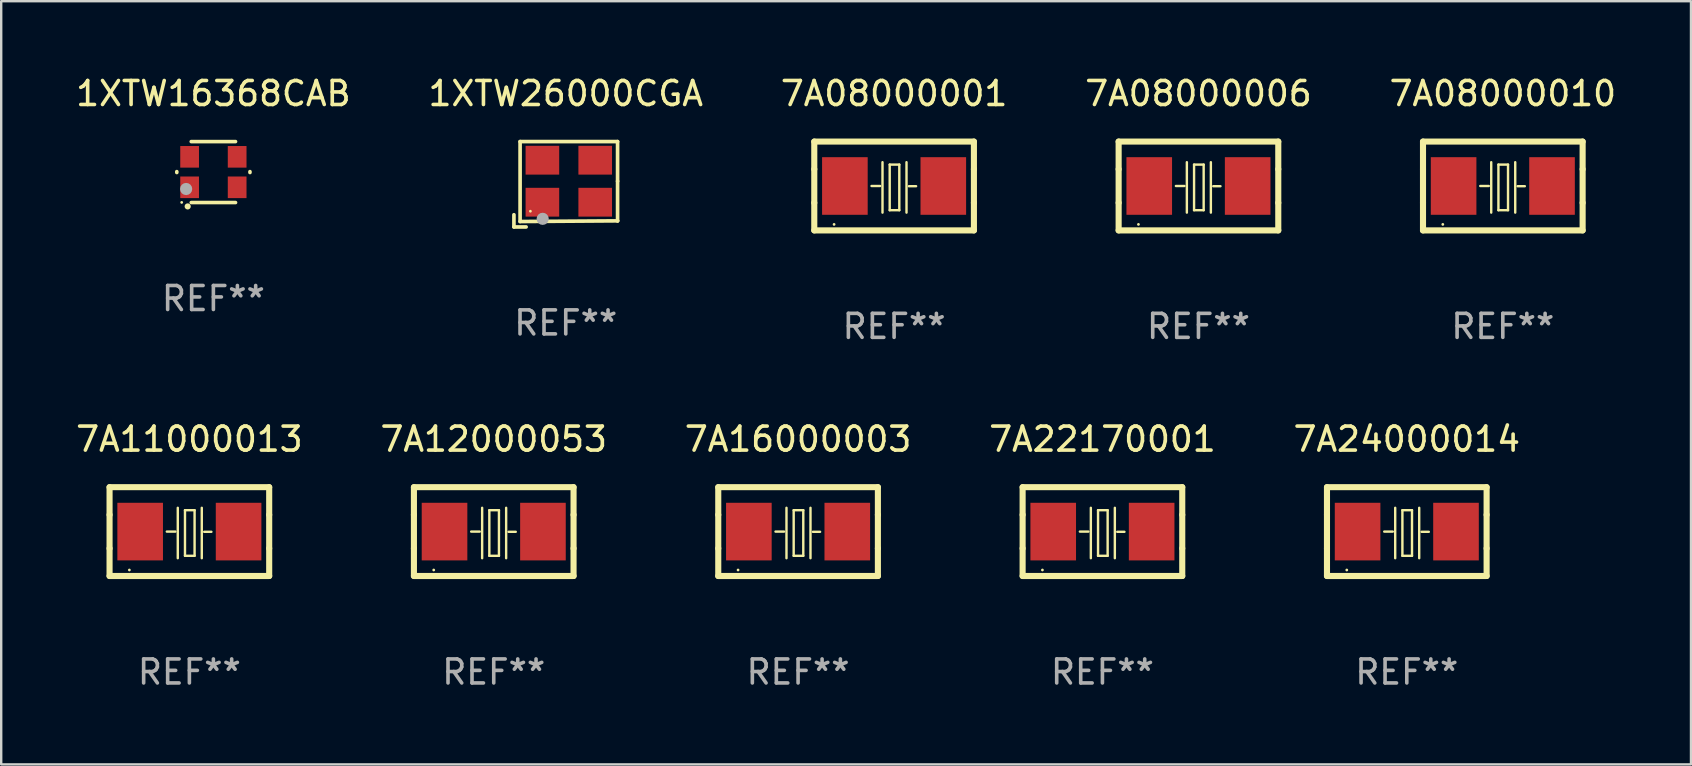
<source format=kicad_pcb>
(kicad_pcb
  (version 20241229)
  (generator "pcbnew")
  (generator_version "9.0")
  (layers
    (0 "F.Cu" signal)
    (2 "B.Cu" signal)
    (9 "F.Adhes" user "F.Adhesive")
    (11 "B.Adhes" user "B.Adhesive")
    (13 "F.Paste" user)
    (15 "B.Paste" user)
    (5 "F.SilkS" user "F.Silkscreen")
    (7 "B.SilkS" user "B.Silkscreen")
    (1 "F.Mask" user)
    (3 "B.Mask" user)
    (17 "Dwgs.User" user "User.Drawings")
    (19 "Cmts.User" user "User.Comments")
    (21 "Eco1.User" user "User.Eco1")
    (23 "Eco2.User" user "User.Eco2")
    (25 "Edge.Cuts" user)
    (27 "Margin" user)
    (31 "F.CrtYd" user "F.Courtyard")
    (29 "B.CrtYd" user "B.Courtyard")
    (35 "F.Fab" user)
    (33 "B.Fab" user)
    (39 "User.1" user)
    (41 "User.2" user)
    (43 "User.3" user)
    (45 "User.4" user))
  (footprint "7A11000013"
    (layer "F.Cu")
    (at 4.839 19.095)
    (property "Reference" "7A11000013" (at 0 -3.85 0) (layer "F.SilkS") (effects (font (size 1 1) (thickness 0.15))))
    (attr through_hole)
    (fp_line (start -3.325 0.7) (end -3.325 -0.7) (stroke (width 0.254) (type solid)) (layer "F.SilkS"))
    (fp_line (start -3.325 -1.85) (end 3.325 -1.85) (stroke (width 0.254) (type solid)) (layer "F.SilkS"))
    (fp_line (start -3.325 -0.7) (end -3.325 -1.85) (stroke (width 0.254) (type solid)) (layer "F.SilkS"))
    (fp_line (start -3.325 1.85) (end -3.325 0.7) (stroke (width 0.254) (type solid)) (layer "F.SilkS"))
    (fp_line (start -0.94 -0.000127) (end -0.584 -0.000127) (stroke (width 0.1) (type solid)) (layer "F.SilkS"))
    (fp_line (start -0.483 -0.991) (end -0.483 1.109) (stroke (width 0.1) (type solid)) (layer "F.SilkS"))
    (fp_line (start -0.183 -0.891) (end -0.183 1.009) (stroke (width 0.1) (type solid)) (layer "F.SilkS"))
    (fp_line (start -0.183 1.009) (end 0.217 1.009) (stroke (width 0.1) (type solid)) (layer "F.SilkS"))
    (fp_line (start 0.217 -0.891) (end -0.183 -0.891) (stroke (width 0.1) (type solid)) (layer "F.SilkS"))
    (fp_line (start 0.217 1.009) (end 0.217 -0.891) (stroke (width 0.1) (type solid)) (layer "F.SilkS"))
    (fp_line (start 0.517 -0.991) (end 0.517 1.109) (stroke (width 0.1) (type solid)) (layer "F.SilkS"))
    (fp_line (start 0.617 0.009) (end 0.917 0.009) (stroke (width 0.1) (type solid)) (layer "F.SilkS"))
    (fp_line (start 3.325 -1.85) (end 3.325 -0.7) (stroke (width 0.254) (type solid)) (layer "F.SilkS"))
    (fp_line (start 3.325 0.7) (end 3.325 1.85) (stroke (width 0.254) (type solid)) (layer "F.SilkS"))
    (fp_line (start 3.325 1.85) (end -3.325 1.85) (stroke (width 0.254) (type solid)) (layer "F.SilkS"))
    (fp_line (start 3.325 -0.7) (end 3.325 0.7) (stroke (width 0.254) (type solid)) (layer "F.SilkS"))
    (fp_circle (center -2.5 1.6) (end -2.47 1.6) (stroke (width 0.06) (type solid)) (fill no) (layer "F.SilkS"))
    (fp_text user "REF**" (at 0 5.85 0) (layer "F.Fab") (effects (font (size 1 1) (thickness 0.15))))
    (pad "1" smd rect (at -2.05 -0.000127) (size 1.9 2.4) (layers "F.Cu" "F.Mask" "F.Paste"))
    (pad "2" smd rect (at 2.05 -0.000127) (size 1.9 2.4) (layers "F.Cu" "F.Mask" "F.Paste")))
  (footprint "1XTW26000CGA"
    (layer "F.Cu")
    (at 20.518 4.626)
    (property "Reference" "1XTW26000CGA" (at 0 -3.778 0) (layer "F.SilkS") (effects (font (size 1 1) (thickness 0.15))))
    (attr through_hole)
    (fp_line (start -2.159 1.27) (end -2.159 1.778) (stroke (width 0.152) (type solid)) (layer "F.SilkS"))
    (fp_line (start -2.159 1.778) (end -1.651 1.778) (stroke (width 0.152) (type solid)) (layer "F.SilkS"))
    (fp_line (start -1.902 -1.778) (end 2.159 -1.778) (stroke (width 0.152) (type solid)) (layer "F.SilkS"))
    (fp_line (start -1.902 1.552) (end -1.902 -1.778) (stroke (width 0.152) (type solid)) (layer "F.SilkS"))
    (fp_line (start 2.159 -1.778) (end 2.159 -0.127) (stroke (width 0.152) (type solid)) (layer "F.SilkS"))
    (fp_line (start 2.159 -0.127) (end 2.159 1.524) (stroke (width 0.152) (type solid)) (layer "F.SilkS"))
    (fp_line (start 2.159 1.524) (end -1.902 1.552) (stroke (width 0.152) (type solid)) (layer "F.SilkS"))
    (fp_line (start 2.159 1.524) (end 2.159 1.524) (stroke (width 0.152) (type solid)) (layer "F.SilkS"))
    (fp_circle (center -1.473 1.123) (end -1.443 1.123) (stroke (width 0.06) (type solid)) (fill no) (layer "F.SilkS"))
    (fp_circle (center -0.961 1.44) (end -0.834 1.44) (stroke (width 0.254) (type solid)) (fill no) (layer "F.Fab"))
    (fp_text user "REF**" (at 0 5.778 0) (layer "F.Fab") (effects (font (size 1 1) (thickness 0.15))))
    (pad "1" smd rect (at -0.973 0.748) (size 1.4 1.2) (layers "F.Cu" "F.Mask" "F.Paste"))
    (pad "2" smd rect (at 1.227 0.748) (size 1.4 1.2) (layers "F.Cu" "F.Mask" "F.Paste"))
    (pad "3" smd rect (at 1.227 -1.002) (size 1.4 1.2) (layers "F.Cu" "F.Mask" "F.Paste"))
    (pad "4" smd rect (at -0.973 -1.002) (size 1.4 1.2) (layers "F.Cu" "F.Mask" "F.Paste")))
  (footprint "1XTW16368CAB"
    (layer "F.Cu")
    (at 5.839 4.118)
    (property "Reference" "1XTW16368CAB" (at 0 -3.27 0) (layer "F.SilkS") (effects (font (size 1 1) (thickness 0.15))))
    (attr through_hole)
    (fp_line (start -1.524 0.019) (end -1.524 -0.019) (stroke (width 0.15) (type solid)) (layer "F.SilkS"))
    (fp_line (start -0.923 -1.27) (end 0.923 -1.27) (stroke (width 0.15) (type solid)) (layer "F.SilkS"))
    (fp_line (start 0.923 1.27) (end -0.923 1.27) (stroke (width 0.15) (type solid)) (layer "F.SilkS"))
    (fp_line (start 1.524 -0.019) (end 1.524 0.019) (stroke (width 0.15) (type solid)) (layer "F.SilkS"))
    (fp_arc (start -1.071273 1.430861) (mid -1.070206 1.430857) (end -1.069139 1.430861) (stroke (width 0.254001) (type solid)) (layer "F.SilkS"))
    (fp_circle (center -1.32 1.264) (end -1.29 1.264) (stroke (width 0.06) (type solid)) (fill no) (layer "F.SilkS"))
    (fp_circle (center -1.135 0.705) (end -1.008 0.705) (stroke (width 0.254) (type solid)) (fill no) (layer "F.Fab"))
    (fp_text user "REF**" (at 0 5.27 0) (layer "F.Fab") (effects (font (size 1 1) (thickness 0.15))))
    (pad "1" smd rect (at -0.99 0.635) (size 0.78 0.9) (layers "F.Cu" "F.Mask" "F.Paste"))
    (pad "2" smd rect (at 0.99 0.635) (size 0.78 0.9) (layers "F.Cu" "F.Mask" "F.Paste"))
    (pad "3" smd rect (at 0.99 -0.635) (size 0.78 0.9) (layers "F.Cu" "F.Mask" "F.Paste"))
    (pad "4" smd rect (at -0.99 -0.635) (size 0.78 0.9) (layers "F.Cu" "F.Mask" "F.Paste")))
  (footprint "7A12000053"
    (layer "F.Cu")
    (at 17.518 19.095)
    (property "Reference" "7A12000053" (at 0 -3.85 0) (layer "F.SilkS") (effects (font (size 1 1) (thickness 0.15))))
    (attr through_hole)
    (fp_line (start -3.325 0.7) (end -3.325 -0.7) (stroke (width 0.254) (type solid)) (layer "F.SilkS"))
    (fp_line (start -3.325 -1.85) (end 3.325 -1.85) (stroke (width 0.254) (type solid)) (layer "F.SilkS"))
    (fp_line (start -3.325 -0.7) (end -3.325 -1.85) (stroke (width 0.254) (type solid)) (layer "F.SilkS"))
    (fp_line (start -3.325 1.85) (end -3.325 0.7) (stroke (width 0.254) (type solid)) (layer "F.SilkS"))
    (fp_line (start -0.94 -0.000127) (end -0.584 -0.000127) (stroke (width 0.1) (type solid)) (layer "F.SilkS"))
    (fp_line (start -0.483 -0.991) (end -0.483 1.109) (stroke (width 0.1) (type solid)) (layer "F.SilkS"))
    (fp_line (start -0.183 -0.891) (end -0.183 1.009) (stroke (width 0.1) (type solid)) (layer "F.SilkS"))
    (fp_line (start -0.183 1.009) (end 0.217 1.009) (stroke (width 0.1) (type solid)) (layer "F.SilkS"))
    (fp_line (start 0.217 -0.891) (end -0.183 -0.891) (stroke (width 0.1) (type solid)) (layer "F.SilkS"))
    (fp_line (start 0.217 1.009) (end 0.217 -0.891) (stroke (width 0.1) (type solid)) (layer "F.SilkS"))
    (fp_line (start 0.517 -0.991) (end 0.517 1.109) (stroke (width 0.1) (type solid)) (layer "F.SilkS"))
    (fp_line (start 0.617 0.009) (end 0.917 0.009) (stroke (width 0.1) (type solid)) (layer "F.SilkS"))
    (fp_line (start 3.325 -1.85) (end 3.325 -0.7) (stroke (width 0.254) (type solid)) (layer "F.SilkS"))
    (fp_line (start 3.325 0.7) (end 3.325 1.85) (stroke (width 0.254) (type solid)) (layer "F.SilkS"))
    (fp_line (start 3.325 1.85) (end -3.325 1.85) (stroke (width 0.254) (type solid)) (layer "F.SilkS"))
    (fp_line (start 3.325 -0.7) (end 3.325 0.7) (stroke (width 0.254) (type solid)) (layer "F.SilkS"))
    (fp_circle (center -2.5 1.6) (end -2.47 1.6) (stroke (width 0.06) (type solid)) (fill no) (layer "F.SilkS"))
    (fp_text user "REF**" (at 0 5.85 0) (layer "F.Fab") (effects (font (size 1 1) (thickness 0.15))))
    (pad "1" smd rect (at -2.05 -0.000127) (size 1.9 2.4) (layers "F.Cu" "F.Mask" "F.Paste"))
    (pad "2" smd rect (at 2.05 -0.000127) (size 1.9 2.4) (layers "F.Cu" "F.Mask" "F.Paste")))
  (footprint "7A16000003"
    (layer "F.Cu")
    (at 30.196 19.095)
    (property "Reference" "7A16000003" (at 0 -3.85 0) (layer "F.SilkS") (effects (font (size 1 1) (thickness 0.15))))
    (attr through_hole)
    (fp_line (start -3.325 0.7) (end -3.325 -0.7) (stroke (width 0.254) (type solid)) (layer "F.SilkS"))
    (fp_line (start -3.325 -1.85) (end 3.325 -1.85) (stroke (width 0.254) (type solid)) (layer "F.SilkS"))
    (fp_line (start -3.325 -0.7) (end -3.325 -1.85) (stroke (width 0.254) (type solid)) (layer "F.SilkS"))
    (fp_line (start -3.325 1.85) (end -3.325 0.7) (stroke (width 0.254) (type solid)) (layer "F.SilkS"))
    (fp_line (start -0.94 -0.000127) (end -0.584 -0.000127) (stroke (width 0.1) (type solid)) (layer "F.SilkS"))
    (fp_line (start -0.483 -0.991) (end -0.483 1.109) (stroke (width 0.1) (type solid)) (layer "F.SilkS"))
    (fp_line (start -0.183 -0.891) (end -0.183 1.009) (stroke (width 0.1) (type solid)) (layer "F.SilkS"))
    (fp_line (start -0.183 1.009) (end 0.217 1.009) (stroke (width 0.1) (type solid)) (layer "F.SilkS"))
    (fp_line (start 0.217 -0.891) (end -0.183 -0.891) (stroke (width 0.1) (type solid)) (layer "F.SilkS"))
    (fp_line (start 0.217 1.009) (end 0.217 -0.891) (stroke (width 0.1) (type solid)) (layer "F.SilkS"))
    (fp_line (start 0.517 -0.991) (end 0.517 1.109) (stroke (width 0.1) (type solid)) (layer "F.SilkS"))
    (fp_line (start 0.617 0.009) (end 0.917 0.009) (stroke (width 0.1) (type solid)) (layer "F.SilkS"))
    (fp_line (start 3.325 -1.85) (end 3.325 -0.7) (stroke (width 0.254) (type solid)) (layer "F.SilkS"))
    (fp_line (start 3.325 0.7) (end 3.325 1.85) (stroke (width 0.254) (type solid)) (layer "F.SilkS"))
    (fp_line (start 3.325 1.85) (end -3.325 1.85) (stroke (width 0.254) (type solid)) (layer "F.SilkS"))
    (fp_line (start 3.325 -0.7) (end 3.325 0.7) (stroke (width 0.254) (type solid)) (layer "F.SilkS"))
    (fp_circle (center -2.5 1.6) (end -2.47 1.6) (stroke (width 0.06) (type solid)) (fill no) (layer "F.SilkS"))
    (fp_text user "REF**" (at 0 5.85 0) (layer "F.Fab") (effects (font (size 1 1) (thickness 0.15))))
    (pad "1" smd rect (at -2.05 -0.000127) (size 1.9 2.4) (layers "F.Cu" "F.Mask" "F.Paste"))
    (pad "2" smd rect (at 2.05 -0.000127) (size 1.9 2.4) (layers "F.Cu" "F.Mask" "F.Paste")))
  (footprint "7A08000010"
    (layer "F.Cu")
    (at 59.554 4.698)
    (property "Reference" "7A08000010" (at 0 -3.85 0) (layer "F.SilkS") (effects (font (size 1 1) (thickness 0.15))))
    (attr through_hole)
    (fp_line (start -3.325 0.7) (end -3.325 -0.7) (stroke (width 0.254) (type solid)) (layer "F.SilkS"))
    (fp_line (start -3.325 -1.85) (end 3.325 -1.85) (stroke (width 0.254) (type solid)) (layer "F.SilkS"))
    (fp_line (start -3.325 -0.7) (end -3.325 -1.85) (stroke (width 0.254) (type solid)) (layer "F.SilkS"))
    (fp_line (start -3.325 1.85) (end -3.325 0.7) (stroke (width 0.254) (type solid)) (layer "F.SilkS"))
    (fp_line (start -0.94 -0.000127) (end -0.584 -0.000127) (stroke (width 0.1) (type solid)) (layer "F.SilkS"))
    (fp_line (start -0.483 -0.991) (end -0.483 1.109) (stroke (width 0.1) (type solid)) (layer "F.SilkS"))
    (fp_line (start -0.183 -0.891) (end -0.183 1.009) (stroke (width 0.1) (type solid)) (layer "F.SilkS"))
    (fp_line (start -0.183 1.009) (end 0.217 1.009) (stroke (width 0.1) (type solid)) (layer "F.SilkS"))
    (fp_line (start 0.217 -0.891) (end -0.183 -0.891) (stroke (width 0.1) (type solid)) (layer "F.SilkS"))
    (fp_line (start 0.217 1.009) (end 0.217 -0.891) (stroke (width 0.1) (type solid)) (layer "F.SilkS"))
    (fp_line (start 0.517 -0.991) (end 0.517 1.109) (stroke (width 0.1) (type solid)) (layer "F.SilkS"))
    (fp_line (start 0.617 0.009) (end 0.917 0.009) (stroke (width 0.1) (type solid)) (layer "F.SilkS"))
    (fp_line (start 3.325 -1.85) (end 3.325 -0.7) (stroke (width 0.254) (type solid)) (layer "F.SilkS"))
    (fp_line (start 3.325 0.7) (end 3.325 1.85) (stroke (width 0.254) (type solid)) (layer "F.SilkS"))
    (fp_line (start 3.325 1.85) (end -3.325 1.85) (stroke (width 0.254) (type solid)) (layer "F.SilkS"))
    (fp_line (start 3.325 -0.7) (end 3.325 0.7) (stroke (width 0.254) (type solid)) (layer "F.SilkS"))
    (fp_circle (center -2.5 1.6) (end -2.47 1.6) (stroke (width 0.06) (type solid)) (fill no) (layer "F.SilkS"))
    (fp_text user "REF**" (at 0 5.85 0) (layer "F.Fab") (effects (font (size 1 1) (thickness 0.15))))
    (pad "1" smd rect (at -2.05 -0.000127) (size 1.9 2.4) (layers "F.Cu" "F.Mask" "F.Paste"))
    (pad "2" smd rect (at 2.05 -0.000127) (size 1.9 2.4) (layers "F.Cu" "F.Mask" "F.Paste")))
  (footprint "7A22170001"
    (layer "F.Cu")
    (at 42.875 19.095)
    (property "Reference" "7A22170001" (at 0 -3.85 0) (layer "F.SilkS") (effects (font (size 1 1) (thickness 0.15))))
    (attr through_hole)
    (fp_line (start -3.325 0.7) (end -3.325 -0.7) (stroke (width 0.254) (type solid)) (layer "F.SilkS"))
    (fp_line (start -3.325 -1.85) (end 3.325 -1.85) (stroke (width 0.254) (type solid)) (layer "F.SilkS"))
    (fp_line (start -3.325 -0.7) (end -3.325 -1.85) (stroke (width 0.254) (type solid)) (layer "F.SilkS"))
    (fp_line (start -3.325 1.85) (end -3.325 0.7) (stroke (width 0.254) (type solid)) (layer "F.SilkS"))
    (fp_line (start -0.94 -0.000127) (end -0.584 -0.000127) (stroke (width 0.1) (type solid)) (layer "F.SilkS"))
    (fp_line (start -0.483 -0.991) (end -0.483 1.109) (stroke (width 0.1) (type solid)) (layer "F.SilkS"))
    (fp_line (start -0.183 -0.891) (end -0.183 1.009) (stroke (width 0.1) (type solid)) (layer "F.SilkS"))
    (fp_line (start -0.183 1.009) (end 0.217 1.009) (stroke (width 0.1) (type solid)) (layer "F.SilkS"))
    (fp_line (start 0.217 -0.891) (end -0.183 -0.891) (stroke (width 0.1) (type solid)) (layer "F.SilkS"))
    (fp_line (start 0.217 1.009) (end 0.217 -0.891) (stroke (width 0.1) (type solid)) (layer "F.SilkS"))
    (fp_line (start 0.517 -0.991) (end 0.517 1.109) (stroke (width 0.1) (type solid)) (layer "F.SilkS"))
    (fp_line (start 0.617 0.009) (end 0.917 0.009) (stroke (width 0.1) (type solid)) (layer "F.SilkS"))
    (fp_line (start 3.325 -1.85) (end 3.325 -0.7) (stroke (width 0.254) (type solid)) (layer "F.SilkS"))
    (fp_line (start 3.325 0.7) (end 3.325 1.85) (stroke (width 0.254) (type solid)) (layer "F.SilkS"))
    (fp_line (start 3.325 1.85) (end -3.325 1.85) (stroke (width 0.254) (type solid)) (layer "F.SilkS"))
    (fp_line (start 3.325 -0.7) (end 3.325 0.7) (stroke (width 0.254) (type solid)) (layer "F.SilkS"))
    (fp_circle (center -2.5 1.6) (end -2.47 1.6) (stroke (width 0.06) (type solid)) (fill no) (layer "F.SilkS"))
    (fp_text user "REF**" (at 0 5.85 0) (layer "F.Fab") (effects (font (size 1 1) (thickness 0.15))))
    (pad "1" smd rect (at -2.05 -0.000127) (size 1.9 2.4) (layers "F.Cu" "F.Mask" "F.Paste"))
    (pad "2" smd rect (at 2.05 -0.000127) (size 1.9 2.4) (layers "F.Cu" "F.Mask" "F.Paste")))
  (footprint "7A24000014"
    (layer "F.Cu")
    (at 55.554 19.095)
    (property "Reference" "7A24000014" (at 0 -3.85 0) (layer "F.SilkS") (effects (font (size 1 1) (thickness 0.15))))
    (attr through_hole)
    (fp_line (start -3.325 0.7) (end -3.325 -0.7) (stroke (width 0.254) (type solid)) (layer "F.SilkS"))
    (fp_line (start -3.325 -1.85) (end 3.325 -1.85) (stroke (width 0.254) (type solid)) (layer "F.SilkS"))
    (fp_line (start -3.325 -0.7) (end -3.325 -1.85) (stroke (width 0.254) (type solid)) (layer "F.SilkS"))
    (fp_line (start -3.325 1.85) (end -3.325 0.7) (stroke (width 0.254) (type solid)) (layer "F.SilkS"))
    (fp_line (start -0.94 -0.000127) (end -0.584 -0.000127) (stroke (width 0.1) (type solid)) (layer "F.SilkS"))
    (fp_line (start -0.483 -0.991) (end -0.483 1.109) (stroke (width 0.1) (type solid)) (layer "F.SilkS"))
    (fp_line (start -0.183 -0.891) (end -0.183 1.009) (stroke (width 0.1) (type solid)) (layer "F.SilkS"))
    (fp_line (start -0.183 1.009) (end 0.217 1.009) (stroke (width 0.1) (type solid)) (layer "F.SilkS"))
    (fp_line (start 0.217 -0.891) (end -0.183 -0.891) (stroke (width 0.1) (type solid)) (layer "F.SilkS"))
    (fp_line (start 0.217 1.009) (end 0.217 -0.891) (stroke (width 0.1) (type solid)) (layer "F.SilkS"))
    (fp_line (start 0.517 -0.991) (end 0.517 1.109) (stroke (width 0.1) (type solid)) (layer "F.SilkS"))
    (fp_line (start 0.617 0.009) (end 0.917 0.009) (stroke (width 0.1) (type solid)) (layer "F.SilkS"))
    (fp_line (start 3.325 -1.85) (end 3.325 -0.7) (stroke (width 0.254) (type solid)) (layer "F.SilkS"))
    (fp_line (start 3.325 0.7) (end 3.325 1.85) (stroke (width 0.254) (type solid)) (layer "F.SilkS"))
    (fp_line (start 3.325 1.85) (end -3.325 1.85) (stroke (width 0.254) (type solid)) (layer "F.SilkS"))
    (fp_line (start 3.325 -0.7) (end 3.325 0.7) (stroke (width 0.254) (type solid)) (layer "F.SilkS"))
    (fp_circle (center -2.5 1.6) (end -2.47 1.6) (stroke (width 0.06) (type solid)) (fill no) (layer "F.SilkS"))
    (fp_text user "REF**" (at 0 5.85 0) (layer "F.Fab") (effects (font (size 1 1) (thickness 0.15))))
    (pad "1" smd rect (at -2.05 -0.000127) (size 1.9 2.4) (layers "F.Cu" "F.Mask" "F.Paste"))
    (pad "2" smd rect (at 2.05 -0.000127) (size 1.9 2.4) (layers "F.Cu" "F.Mask" "F.Paste")))
  (footprint "7A08000006"
    (layer "F.Cu")
    (at 46.875 4.698)
    (property "Reference" "7A08000006" (at 0 -3.85 0) (layer "F.SilkS") (effects (font (size 1 1) (thickness 0.15))))
    (attr through_hole)
    (fp_line (start -3.325 0.7) (end -3.325 -0.7) (stroke (width 0.254) (type solid)) (layer "F.SilkS"))
    (fp_line (start -3.325 -1.85) (end 3.325 -1.85) (stroke (width 0.254) (type solid)) (layer "F.SilkS"))
    (fp_line (start -3.325 -0.7) (end -3.325 -1.85) (stroke (width 0.254) (type solid)) (layer "F.SilkS"))
    (fp_line (start -3.325 1.85) (end -3.325 0.7) (stroke (width 0.254) (type solid)) (layer "F.SilkS"))
    (fp_line (start -0.94 -0.000127) (end -0.584 -0.000127) (stroke (width 0.1) (type solid)) (layer "F.SilkS"))
    (fp_line (start -0.483 -0.991) (end -0.483 1.109) (stroke (width 0.1) (type solid)) (layer "F.SilkS"))
    (fp_line (start -0.183 -0.891) (end -0.183 1.009) (stroke (width 0.1) (type solid)) (layer "F.SilkS"))
    (fp_line (start -0.183 1.009) (end 0.217 1.009) (stroke (width 0.1) (type solid)) (layer "F.SilkS"))
    (fp_line (start 0.217 -0.891) (end -0.183 -0.891) (stroke (width 0.1) (type solid)) (layer "F.SilkS"))
    (fp_line (start 0.217 1.009) (end 0.217 -0.891) (stroke (width 0.1) (type solid)) (layer "F.SilkS"))
    (fp_line (start 0.517 -0.991) (end 0.517 1.109) (stroke (width 0.1) (type solid)) (layer "F.SilkS"))
    (fp_line (start 0.617 0.009) (end 0.917 0.009) (stroke (width 0.1) (type solid)) (layer "F.SilkS"))
    (fp_line (start 3.325 -1.85) (end 3.325 -0.7) (stroke (width 0.254) (type solid)) (layer "F.SilkS"))
    (fp_line (start 3.325 0.7) (end 3.325 1.85) (stroke (width 0.254) (type solid)) (layer "F.SilkS"))
    (fp_line (start 3.325 1.85) (end -3.325 1.85) (stroke (width 0.254) (type solid)) (layer "F.SilkS"))
    (fp_line (start 3.325 -0.7) (end 3.325 0.7) (stroke (width 0.254) (type solid)) (layer "F.SilkS"))
    (fp_circle (center -2.5 1.6) (end -2.47 1.6) (stroke (width 0.06) (type solid)) (fill no) (layer "F.SilkS"))
    (fp_text user "REF**" (at 0 5.85 0) (layer "F.Fab") (effects (font (size 1 1) (thickness 0.15))))
    (pad "1" smd rect (at -2.05 -0.000127) (size 1.9 2.4) (layers "F.Cu" "F.Mask" "F.Paste"))
    (pad "2" smd rect (at 2.05 -0.000127) (size 1.9 2.4) (layers "F.Cu" "F.Mask" "F.Paste")))
  (footprint "7A08000001"
    (layer "F.Cu")
    (at 34.196 4.698)
    (property "Reference" "7A08000001" (at 0 -3.85 0) (layer "F.SilkS") (effects (font (size 1 1) (thickness 0.15))))
    (attr through_hole)
    (fp_line (start -3.325 0.7) (end -3.325 -0.7) (stroke (width 0.254) (type solid)) (layer "F.SilkS"))
    (fp_line (start -3.325 -1.85) (end 3.325 -1.85) (stroke (width 0.254) (type solid)) (layer "F.SilkS"))
    (fp_line (start -3.325 -0.7) (end -3.325 -1.85) (stroke (width 0.254) (type solid)) (layer "F.SilkS"))
    (fp_line (start -3.325 1.85) (end -3.325 0.7) (stroke (width 0.254) (type solid)) (layer "F.SilkS"))
    (fp_line (start -0.94 -0.000127) (end -0.584 -0.000127) (stroke (width 0.1) (type solid)) (layer "F.SilkS"))
    (fp_line (start -0.483 -0.991) (end -0.483 1.109) (stroke (width 0.1) (type solid)) (layer "F.SilkS"))
    (fp_line (start -0.183 -0.891) (end -0.183 1.009) (stroke (width 0.1) (type solid)) (layer "F.SilkS"))
    (fp_line (start -0.183 1.009) (end 0.217 1.009) (stroke (width 0.1) (type solid)) (layer "F.SilkS"))
    (fp_line (start 0.217 -0.891) (end -0.183 -0.891) (stroke (width 0.1) (type solid)) (layer "F.SilkS"))
    (fp_line (start 0.217 1.009) (end 0.217 -0.891) (stroke (width 0.1) (type solid)) (layer "F.SilkS"))
    (fp_line (start 0.517 -0.991) (end 0.517 1.109) (stroke (width 0.1) (type solid)) (layer "F.SilkS"))
    (fp_line (start 0.617 0.009) (end 0.917 0.009) (stroke (width 0.1) (type solid)) (layer "F.SilkS"))
    (fp_line (start 3.325 -1.85) (end 3.325 -0.7) (stroke (width 0.254) (type solid)) (layer "F.SilkS"))
    (fp_line (start 3.325 0.7) (end 3.325 1.85) (stroke (width 0.254) (type solid)) (layer "F.SilkS"))
    (fp_line (start 3.325 1.85) (end -3.325 1.85) (stroke (width 0.254) (type solid)) (layer "F.SilkS"))
    (fp_line (start 3.325 -0.7) (end 3.325 0.7) (stroke (width 0.254) (type solid)) (layer "F.SilkS"))
    (fp_circle (center -2.5 1.6) (end -2.47 1.6) (stroke (width 0.06) (type solid)) (fill no) (layer "F.SilkS"))
    (fp_text user "REF**" (at 0 5.85 0) (layer "F.Fab") (effects (font (size 1 1) (thickness 0.15))))
    (pad "1" smd rect (at -2.05 -0.000127) (size 1.9 2.4) (layers "F.Cu" "F.Mask" "F.Paste"))
    (pad "2" smd rect (at 2.05 -0.000127) (size 1.9 2.4) (layers "F.Cu" "F.Mask" "F.Paste")))
  (gr_rect
    (start -3 -3)
    (end 67.393 28.793)
    (stroke (width 0.1) (type default))
    (fill no)
    (layer "Edge.Cuts")))
</source>
